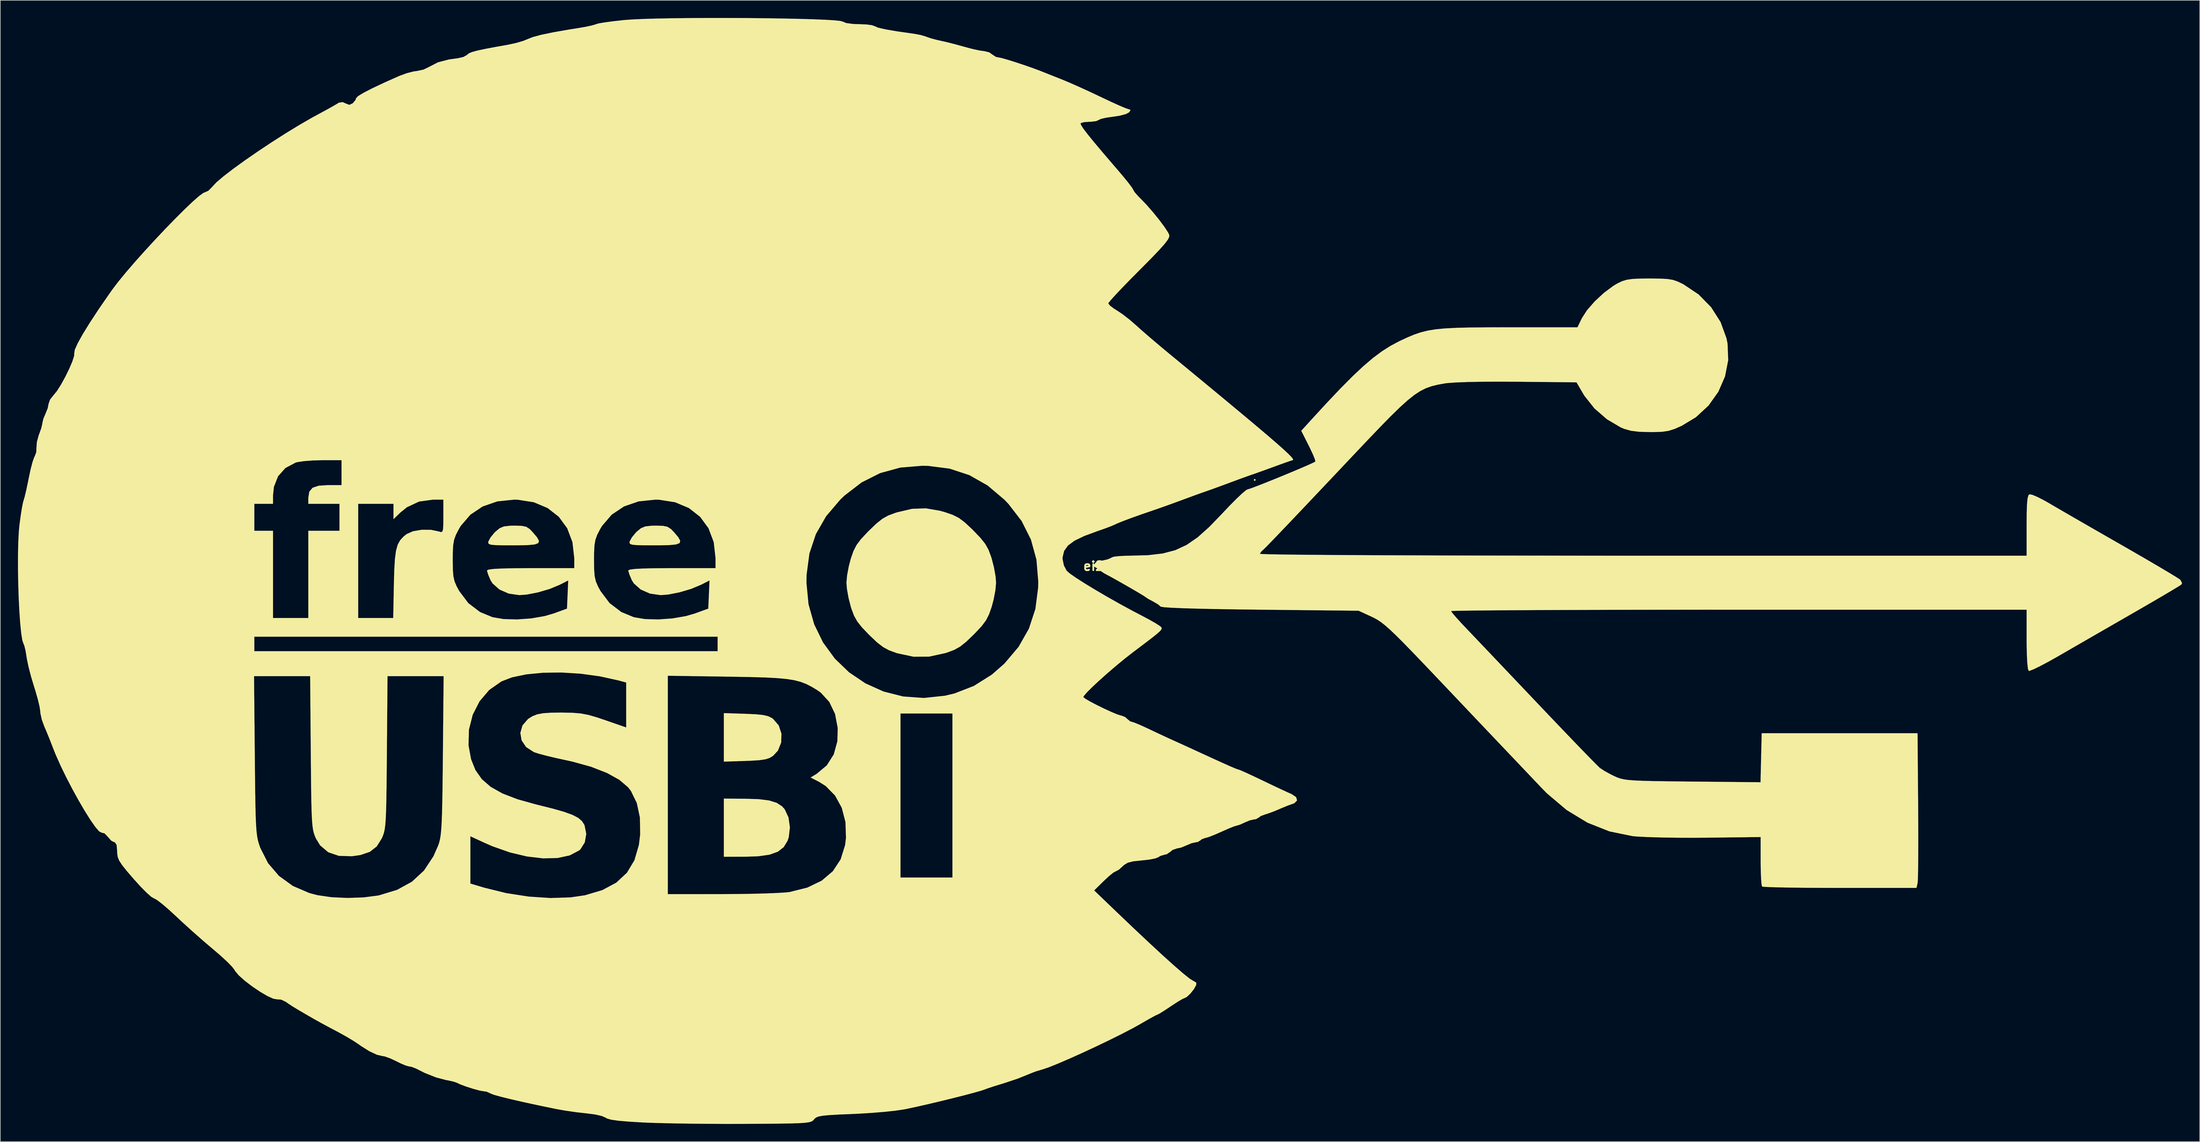
<source format=kicad_pcb>
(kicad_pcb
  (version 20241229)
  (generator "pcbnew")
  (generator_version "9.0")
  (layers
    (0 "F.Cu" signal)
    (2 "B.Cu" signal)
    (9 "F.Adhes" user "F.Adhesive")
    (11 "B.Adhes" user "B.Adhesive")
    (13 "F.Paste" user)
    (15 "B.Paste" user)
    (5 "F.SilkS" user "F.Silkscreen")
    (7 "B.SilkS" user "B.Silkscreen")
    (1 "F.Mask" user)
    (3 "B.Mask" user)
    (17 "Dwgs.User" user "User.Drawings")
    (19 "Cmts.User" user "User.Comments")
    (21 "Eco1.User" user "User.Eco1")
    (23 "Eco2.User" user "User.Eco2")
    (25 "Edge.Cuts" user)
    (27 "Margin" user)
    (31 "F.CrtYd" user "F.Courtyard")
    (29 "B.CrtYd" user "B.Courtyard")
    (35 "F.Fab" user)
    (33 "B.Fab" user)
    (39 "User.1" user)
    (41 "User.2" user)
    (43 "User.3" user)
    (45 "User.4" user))
  (footprint "ei2"
    (layer "F.Cu")
    (at 182.649 93.133)
    (property "Reference" "ei2" (at 0 0 0) (layer "F.SilkS") (effects (font (size 1.524 1.524) (thickness 0.3))))
    (attr through_hole)
    (fp_poly (pts (xy 27.517 -14.64) (xy 27.34 -14.464) (xy 27.164 -14.64) (xy 27.34 -14.817) (xy 27.517 -14.64)) (stroke (width 0.01) (type solid)) (fill yes) (layer "F.SilkS"))
    (fp_poly (pts (xy -59.178 39.531) (xy -56.85 39.608) (xy -55.104 39.829) (xy -53.83 40.226) (xy -52.913 40.826) (xy -52.47 41.323) (xy -51.825 42.704) (xy -51.586 44.384) (xy -51.78 46.069) (xy -51.984 46.677) (xy -52.637 47.751) (xy -53.625 48.524) (xy -55.036 49.031) (xy -56.962 49.305) (xy -59.178 49.381) (xy -62.794 49.389) (xy -62.794 39.511) (xy -59.178 39.531)) (stroke (width 0.01) (type solid)) (fill yes) (layer "F.SilkS"))
    (fp_poly (pts (xy -59.115 25.103) (xy -57.354 25.183) (xy -56.136 25.307) (xy -55.296 25.504) (xy -54.671 25.804) (xy -54.441 25.963) (xy -53.479 27.078) (xy -53.021 28.483) (xy -53.065 29.973) (xy -53.612 31.345) (xy -54.444 32.243) (xy -55.024 32.595) (xy -55.751 32.831) (xy -56.788 32.981) (xy -58.299 33.075) (xy -59.115 33.105) (xy -62.794 33.225) (xy -62.794 24.983) (xy -59.115 25.103)) (stroke (width 0.01) (type solid)) (fill yes) (layer "F.SilkS"))
    (fp_poly (pts (xy -97.155 -6.84) (xy -96.369 -6.68) (xy -95.769 -6.294) (xy -95.222 -5.727) (xy -94.521 -4.893) (xy -94.194 -4.3) (xy -94.302 -3.908) (xy -94.909 -3.677) (xy -96.077 -3.564) (xy -97.867 -3.529) (xy -98.568 -3.528) (xy -100.387 -3.534) (xy -101.611 -3.565) (xy -102.348 -3.638) (xy -102.71 -3.771) (xy -102.806 -3.98) (xy -102.77 -4.198) (xy -102.409 -4.868) (xy -101.737 -5.682) (xy -101.558 -5.861) (xy -100.858 -6.436) (xy -100.126 -6.739) (xy -99.091 -6.853) (xy -98.386 -6.867) (xy -97.155 -6.84)) (stroke (width 0.01) (type solid)) (fill yes) (layer "F.SilkS"))
    (fp_poly (pts (xy -73.166 -6.84) (xy -72.38 -6.68) (xy -71.781 -6.294) (xy -71.233 -5.727) (xy -70.532 -4.893) (xy -70.205 -4.3) (xy -70.313 -3.908) (xy -70.92 -3.677) (xy -72.088 -3.564) (xy -73.878 -3.529) (xy -74.579 -3.528) (xy -76.398 -3.534) (xy -77.622 -3.565) (xy -78.359 -3.638) (xy -78.721 -3.771) (xy -78.817 -3.98) (xy -78.781 -4.198) (xy -78.42 -4.868) (xy -77.749 -5.682) (xy -77.569 -5.861) (xy -76.869 -6.436) (xy -76.137 -6.739) (xy -75.102 -6.853) (xy -74.397 -6.867) (xy -73.166 -6.84)) (stroke (width 0.01) (type solid)) (fill yes) (layer "F.SilkS"))
    (fp_poly (pts (xy -26.103 -9.397) (xy -25.187 -9.135) (xy -23.92 -8.694) (xy -22.905 -8.179) (xy -21.922 -7.448) (xy -20.751 -6.358) (xy -20.425 -6.034) (xy -19.229 -4.787) (xy -18.427 -3.78) (xy -17.874 -2.792) (xy -17.428 -1.604) (xy -17.323 -1.271) (xy -16.935 0.237) (xy -16.666 1.761) (xy -16.581 2.822) (xy -16.691 4.063) (xy -16.978 5.604) (xy -17.323 6.915) (xy -17.765 8.183) (xy -18.279 9.198) (xy -19.01 10.181) (xy -20.1 11.351) (xy -20.425 11.678) (xy -21.671 12.874) (xy -22.679 13.676) (xy -23.667 14.229) (xy -24.855 14.675) (xy -25.187 14.78) (xy -27.958 15.386) (xy -30.591 15.398) (xy -33.327 14.815) (xy -33.497 14.762) (xy -34.734 14.311) (xy -35.762 13.755) (xy -36.797 12.953) (xy -38.056 11.759) (xy -38.134 11.68) (xy -39.33 10.433) (xy -40.133 9.426) (xy -40.686 8.439) (xy -41.132 7.253) (xy -41.238 6.915) (xy -41.626 5.407) (xy -41.895 3.884) (xy -41.981 2.822) (xy -41.87 1.582) (xy -41.583 0.04) (xy -41.238 -1.271) (xy -40.796 -2.538) (xy -40.282 -3.553) (xy -39.551 -4.536) (xy -38.461 -5.707) (xy -38.136 -6.034) (xy -36.89 -7.229) (xy -35.882 -8.032) (xy -34.895 -8.584) (xy -33.706 -9.03) (xy -33.374 -9.135) (xy -30.85 -9.725) (xy -28.525 -9.812) (xy -26.103 -9.397)) (stroke (width 0.01) (type solid)) (fill yes) (layer "F.SilkS"))
    (fp_poly (pts (xy 96.13 -48.845) (xy 97.379 -48.78) (xy 98.31 -48.63) (xy 99.114 -48.362) (xy 99.986 -47.944) (xy 100.133 -47.868) (xy 102.7 -46.152) (xy 104.824 -43.986) (xy 106.427 -41.471) (xy 107.433 -38.711) (xy 107.616 -37.798) (xy 107.726 -34.984) (xy 107.187 -32.226) (xy 106.057 -29.624) (xy 104.39 -27.28) (xy 102.243 -25.293) (xy 99.837 -23.841) (xy 98.617 -23.301) (xy 97.589 -22.977) (xy 96.487 -22.817) (xy 95.045 -22.77) (xy 94.368 -22.77) (xy 92.564 -22.824) (xy 91.22 -22.991) (xy 90.094 -23.311) (xy 89.468 -23.572) (xy 87.128 -24.954) (xy 85.009 -26.799) (xy 83.336 -28.906) (xy 83.138 -29.231) (xy 81.975 -31.221) (xy 71.944 -31.322) (xy 68.766 -31.339) (xy 65.902 -31.323) (xy 63.438 -31.276) (xy 61.462 -31.201) (xy 60.061 -31.1) (xy 59.619 -31.043) (xy 58.438 -30.828) (xy 57.39 -30.572) (xy 56.414 -30.227) (xy 55.446 -29.742) (xy 54.423 -29.069) (xy 53.282 -28.158) (xy 51.959 -26.961) (xy 50.391 -25.427) (xy 48.515 -23.508) (xy 46.268 -21.155) (xy 44.438 -19.22) (xy 41.161 -15.749) (xy 38.337 -12.762) (xy 35.938 -10.227) (xy 33.934 -8.114) (xy 32.295 -6.392) (xy 30.992 -5.029) (xy 29.995 -3.996) (xy 29.276 -3.261) (xy 28.804 -2.794) (xy 28.551 -2.564) (xy 28.499 -2.528) (xy 28.224 -2.126) (xy 28.222 -2.087) (xy 28.571 -2.049) (xy 29.603 -2.012) (xy 31.293 -1.978) (xy 33.621 -1.945) (xy 36.561 -1.915) (xy 40.092 -1.888) (xy 44.191 -1.862) (xy 48.833 -1.84) (xy 53.997 -1.82) (xy 59.658 -1.803) (xy 65.795 -1.789) (xy 72.384 -1.778) (xy 79.401 -1.77) (xy 86.825 -1.765) (xy 93.31 -1.764) (xy 158.397 -1.764) (xy 158.397 -6.89) (xy 158.412 -9.007) (xy 158.463 -10.509) (xy 158.557 -11.483) (xy 158.702 -12.02) (xy 158.87 -12.198) (xy 159.365 -12.108) (xy 160.295 -11.714) (xy 161.499 -11.09) (xy 162.133 -10.726) (xy 163.157 -10.125) (xy 164.688 -9.235) (xy 166.621 -8.117) (xy 168.852 -6.831) (xy 171.274 -5.438) (xy 173.783 -3.998) (xy 174.449 -3.617) (xy 176.825 -2.25) (xy 179.018 -0.976) (xy 180.949 0.156) (xy 182.537 1.101) (xy 183.705 1.811) (xy 184.373 2.241) (xy 184.488 2.328) (xy 184.787 2.881) (xy 184.664 3.14) (xy 184.277 3.397) (xy 183.363 3.954) (xy 182.007 4.76) (xy 180.294 5.766) (xy 178.308 6.92) (xy 176.389 8.028) (xy 173.912 9.454) (xy 171.333 10.939) (xy 168.811 12.393) (xy 166.504 13.724) (xy 164.569 14.842) (xy 163.766 15.307) (xy 162.126 16.231) (xy 160.691 16.992) (xy 159.574 17.534) (xy 158.889 17.799) (xy 158.739 17.809) (xy 158.612 17.391) (xy 158.507 16.384) (xy 158.434 14.905) (xy 158.399 13.069) (xy 158.397 12.503) (xy 158.397 7.408) (xy 109.537 7.408) (xy 103.727 7.41) (xy 98.113 7.415) (xy 92.736 7.423) (xy 87.637 7.434) (xy 82.854 7.447) (xy 78.43 7.463) (xy 74.402 7.481) (xy 70.813 7.502) (xy 67.701 7.524) (xy 65.108 7.548) (xy 63.072 7.573) (xy 61.635 7.599) (xy 60.836 7.627) (xy 60.678 7.646) (xy 60.906 7.987) (xy 61.522 8.711) (xy 62.418 9.697) (xy 63.062 10.38) (xy 63.839 11.196) (xy 65.033 12.451) (xy 66.574 14.073) (xy 68.395 15.99) (xy 70.427 18.13) (xy 72.6 20.42) (xy 74.846 22.788) (xy 75.316 23.283) (xy 77.486 25.567) (xy 79.528 27.707) (xy 81.386 29.646) (xy 83.005 31.325) (xy 84.327 32.687) (xy 85.297 33.673) (xy 85.858 34.224) (xy 85.948 34.305) (xy 86.716 34.812) (xy 87.814 35.414) (xy 88.423 35.709) (xy 88.919 35.927) (xy 89.424 36.101) (xy 90.019 36.239) (xy 90.786 36.345) (xy 91.807 36.425) (xy 93.166 36.485) (xy 94.944 36.53) (xy 97.224 36.567) (xy 100.087 36.6) (xy 101.677 36.616) (xy 113.219 36.732) (xy 113.318 32.566) (xy 113.418 28.399) (xy 139.876 28.399) (xy 139.975 40.746) (xy 139.992 43.66) (xy 139.998 46.374) (xy 139.993 48.802) (xy 139.977 50.856) (xy 139.951 52.45) (xy 139.916 53.497) (xy 139.88 53.887) (xy 139.687 54.681) (xy 126.699 54.681) (xy 123.739 54.674) (xy 121.003 54.657) (xy 118.571 54.629) (xy 116.523 54.593) (xy 114.939 54.55) (xy 113.898 54.501) (xy 113.479 54.447) (xy 113.477 54.445) (xy 113.384 54.019) (xy 113.309 53.036) (xy 113.258 51.648) (xy 113.242 50.124) (xy 113.242 46.038) (xy 103.981 46.146) (xy 101.285 46.161) (xy 98.632 46.147) (xy 96.164 46.106) (xy 94.02 46.041) (xy 92.34 45.956) (xy 91.498 45.883) (xy 87.575 45.079) (xy 83.837 43.598) (xy 80.297 41.446) (xy 76.964 38.627) (xy 76.043 37.691) (xy 74.71 36.284) (xy 73.134 34.623) (xy 71.557 32.962) (xy 70.74 32.103) (xy 69.829 31.144) (xy 68.51 29.755) (xy 66.858 28.015) (xy 64.952 26.006) (xy 62.868 23.808) (xy 60.683 21.503) (xy 58.666 19.375) (xy 56.266 16.848) (xy 54.289 14.783) (xy 52.68 13.127) (xy 51.381 11.826) (xy 50.335 10.827) (xy 49.484 10.075) (xy 48.773 9.518) (xy 48.143 9.101) (xy 47.537 8.771) (xy 47.212 8.616) (xy 44.979 7.585) (xy 28.297 7.408) (xy 24.159 7.357) (xy 20.546 7.297) (xy 17.489 7.229) (xy 15.016 7.154) (xy 13.155 7.073) (xy 11.937 6.987) (xy 11.39 6.897) (xy 11.364 6.879) (xy 10.893 6.486) (xy 10.097 6.019) (xy 10.054 5.997) (xy 9.28 5.583) (xy 8.832 5.29) (xy 8.819 5.277) (xy 8.455 5.032) (xy 7.629 4.532) (xy 6.495 3.867) (xy 5.207 3.125) (xy 3.921 2.396) (xy 2.79 1.768) (xy 1.969 1.33) (xy 1.855 1.273) (xy 1.252 0.882) (xy 1.061 0.617) (xy 0.771 0.382) (xy 0.529 0.353) (xy 0.061 0.073) (xy 0 -0.172) (xy 0.34 -0.607) (xy 1.324 -0.908) (xy 1.419 -0.924) (xy 2.357 -1.137) (xy 2.955 -1.388) (xy 3.027 -1.457) (xy 3.443 -1.596) (xy 4.39 -1.702) (xy 5.696 -1.76) (xy 6.283 -1.766) (xy 9.24 -1.849) (xy 11.711 -2.137) (xy 13.842 -2.696) (xy 15.776 -3.593) (xy 17.66 -4.893) (xy 19.637 -6.664) (xy 21.696 -8.798) (xy 23.039 -10.22) (xy 24.248 -11.44) (xy 25.232 -12.368) (xy 25.897 -12.917) (xy 26.113 -13.028) (xy 26.572 -13.164) (xy 27.542 -13.523) (xy 28.888 -14.048) (xy 30.478 -14.685) (xy 32.177 -15.379) (xy 33.852 -16.075) (xy 35.37 -16.718) (xy 36.596 -17.253) (xy 37.397 -17.626) (xy 37.637 -17.763) (xy 37.562 -18.128) (xy 37.226 -18.957) (xy 36.695 -20.094) (xy 36.516 -20.453) (xy 35.24 -22.987) (xy 36.737 -24.635) (xy 39.5 -27.643) (xy 41.883 -30.161) (xy 43.951 -32.245) (xy 45.768 -33.953) (xy 47.398 -35.342) (xy 48.906 -36.47) (xy 50.356 -37.394) (xy 51.812 -38.172) (xy 52.013 -38.27) (xy 53.28 -38.859) (xy 54.428 -39.338) (xy 55.549 -39.719) (xy 56.732 -40.012) (xy 58.069 -40.229) (xy 59.652 -40.382) (xy 61.571 -40.48) (xy 63.916 -40.537) (xy 66.78 -40.563) (xy 70.252 -40.569) (xy 70.487 -40.569) (xy 82.134 -40.569) (xy 82.884 -42.117) (xy 83.765 -43.486) (xy 85.08 -44.985) (xy 86.634 -46.426) (xy 88.233 -47.617) (xy 88.926 -48.027) (xy 89.718 -48.405) (xy 90.514 -48.649) (xy 91.498 -48.788) (xy 92.852 -48.848) (xy 94.368 -48.86) (xy 96.13 -48.845)) (stroke (width 0.01) (type solid)) (fill yes) (layer "F.SilkS"))
    (fp_poly (pts (xy -59.026 -93.113) (xy -55.894 -93.083) (xy -52.91 -93.038) (xy -50.154 -92.98) (xy -47.707 -92.909) (xy -45.65 -92.826) (xy -44.064 -92.73) (xy -43.028 -92.623) (xy -42.633 -92.516) (xy -42.018 -92.263) (xy -40.875 -92.109) (xy -39.864 -92.075) (xy -38.62 -92.026) (xy -37.652 -91.898) (xy -37.193 -91.732) (xy -36.613 -91.482) (xy -35.331 -91.188) (xy -33.345 -90.848) (xy -30.657 -90.464) (xy -30.515 -90.445) (xy -29.415 -90.241) (xy -28.515 -89.978) (xy -28.399 -89.929) (xy -27.618 -89.657) (xy -26.51 -89.37) (xy -26.106 -89.283) (xy -24.94 -89.018) (xy -23.433 -88.633) (xy -21.965 -88.227) (xy -20.598 -87.864) (xy -19.398 -87.6) (xy -18.607 -87.49) (xy -18.568 -87.489) (xy -17.724 -87.279) (xy -17.286 -86.96) (xy -16.6 -86.507) (xy -16.203 -86.431) (xy -15.635 -86.318) (xy -14.578 -86.019) (xy -13.204 -85.588) (xy -11.687 -85.083) (xy -10.199 -84.56) (xy -8.914 -84.076) (xy -8.643 -83.966) (xy -7.975 -83.698) (xy -6.877 -83.262) (xy -5.578 -82.749) (xy -5.468 -82.706) (xy -4.167 -82.164) (xy -2.458 -81.409) (xy -0.563 -80.541) (xy 1.269 -79.673) (xy 2.879 -78.911) (xy 4.281 -78.276) (xy 5.343 -77.826) (xy 5.934 -77.618) (xy 5.987 -77.611) (xy 6.256 -77.496) (xy 6.019 -77.108) (xy 5.459 -76.805) (xy 4.421 -76.528) (xy 3.325 -76.361) (xy 2.126 -76.19) (xy 1.232 -75.986) (xy 0.856 -75.806) (xy 0.411 -75.606) (xy -0.453 -75.5) (xy -0.706 -75.494) (xy -1.619 -75.433) (xy -2.178 -75.279) (xy -2.23 -75.23) (xy -2.163 -74.953) (xy -1.787 -74.361) (xy -1.069 -73.412) (xy 0.021 -72.068) (xy 1.514 -70.29) (xy 3.443 -68.037) (xy 3.969 -67.427) (xy 5.036 -66.167) (xy 5.909 -65.089) (xy 6.495 -64.31) (xy 6.703 -63.95) (xy 6.938 -63.544) (xy 7.536 -62.856) (xy 7.968 -62.423) (xy 8.964 -61.39) (xy 10.05 -60.145) (xy 11.104 -58.842) (xy 12.004 -57.636) (xy 12.626 -56.684) (xy 12.827 -56.262) (xy 12.814 -55.927) (xy 12.566 -55.437) (xy 12.029 -54.729) (xy 11.149 -53.739) (xy 9.874 -52.403) (xy 8.15 -50.66) (xy 7.759 -50.269) (xy 6.189 -48.685) (xy 4.805 -47.258) (xy 3.679 -46.064) (xy 2.886 -45.184) (xy 2.499 -44.693) (xy 2.472 -44.631) (xy 2.755 -44.257) (xy 3.466 -43.724) (xy 3.885 -43.468) (xy 4.894 -42.795) (xy 6.117 -41.844) (xy 7.145 -40.951) (xy 8.147 -40.053) (xy 9.519 -38.863) (xy 11.081 -37.535) (xy 12.656 -36.221) (xy 12.7 -36.185) (xy 16.742 -32.85) (xy 20.268 -29.934) (xy 23.308 -27.412) (xy 25.893 -25.256) (xy 28.054 -23.441) (xy 29.821 -21.939) (xy 31.224 -20.724) (xy 32.294 -19.771) (xy 33.063 -19.052) (xy 33.559 -18.541) (xy 33.814 -18.212) (xy 33.859 -18.037) (xy 33.745 -17.992) (xy 33.382 -17.878) (xy 32.513 -17.574) (xy 31.296 -17.135) (xy 30.658 -16.902) (xy 29.211 -16.374) (xy 27.924 -15.911) (xy 27.009 -15.589) (xy 26.811 -15.522) (xy 26.086 -15.269) (xy 24.911 -14.844) (xy 23.496 -14.322) (xy 22.931 -14.111) (xy 21.479 -13.573) (xy 20.186 -13.101) (xy 19.263 -12.772) (xy 19.05 -12.7) (xy 18.325 -12.447) (xy 17.149 -12.023) (xy 15.734 -11.502) (xy 15.169 -11.293) (xy 13.53 -10.69) (xy 11.868 -10.092) (xy 10.487 -9.608) (xy 10.231 -9.521) (xy 8.073 -8.78) (xy 6.201 -8.11) (xy 4.732 -7.554) (xy 3.78 -7.154) (xy 3.594 -7.061) (xy 2.964 -6.786) (xy 1.9 -6.384) (xy 0.706 -5.967) (xy -1.586 -5.124) (xy -3.255 -4.318) (xy -4.377 -3.488) (xy -5.027 -2.573) (xy -5.281 -1.515) (xy -5.292 -1.204) (xy -5.067 -0.107) (xy -4.591 0.795) (xy -4.043 1.273) (xy -2.974 2.017) (xy -1.488 2.967) (xy 0.31 4.061) (xy 2.318 5.236) (xy 4.433 6.431) (xy 6.549 7.583) (xy 8.119 8.404) (xy 9.361 9.063) (xy 10.433 9.67) (xy 11.106 10.097) (xy 11.113 10.102) (xy 11.389 10.308) (xy 11.542 10.498) (xy 11.506 10.736) (xy 11.218 11.088) (xy 10.615 11.619) (xy 9.631 12.394) (xy 8.203 13.479) (xy 6.663 14.64) (xy 5.274 15.726) (xy 3.784 16.955) (xy 2.292 18.236) (xy 0.899 19.481) (xy -0.297 20.599) (xy -1.194 21.499) (xy -1.694 22.092) (xy -1.764 22.248) (xy -1.468 22.51) (xy -0.691 22.971) (xy 0.401 23.547) (xy 1.64 24.159) (xy 2.859 24.723) (xy 3.892 25.159) (xy 4.572 25.385) (xy 4.685 25.4) (xy 5.334 25.65) (xy 5.644 25.929) (xy 6.179 26.374) (xy 6.444 26.458) (xy 6.914 26.602) (xy 7.837 26.983) (xy 9.031 27.526) (xy 9.311 27.659) (xy 10.778 28.355) (xy 12.239 29.037) (xy 13.383 29.56) (xy 13.406 29.571) (xy 14.519 30.074) (xy 15.976 30.739) (xy 17.483 31.431) (xy 17.639 31.503) (xy 20.035 32.605) (xy 21.854 33.433) (xy 23.159 34.015) (xy 24.012 34.378) (xy 24.475 34.55) (xy 24.584 34.572) (xy 24.97 34.717) (xy 25.859 35.112) (xy 27.122 35.698) (xy 28.629 36.416) (xy 28.719 36.459) (xy 30.328 37.23) (xy 31.79 37.919) (xy 32.94 38.452) (xy 33.602 38.745) (xy 34.365 39.257) (xy 34.524 39.822) (xy 34.063 40.291) (xy 33.778 40.398) (xy 32.96 40.686) (xy 31.878 41.13) (xy 31.524 41.287) (xy 30.397 41.755) (xy 29.373 42.114) (xy 29.14 42.18) (xy 28.382 42.459) (xy 28.022 42.725) (xy 27.541 43.001) (xy 27.231 43.041) (xy 26.504 43.2) (xy 25.624 43.57) (xy 24.819 43.939) (xy 24.278 44.097) (xy 24.27 44.097) (xy 23.799 44.237) (xy 22.884 44.603) (xy 21.717 45.12) (xy 21.64 45.156) (xy 20.439 45.682) (xy 19.451 46.061) (xy 18.882 46.214) (xy 18.87 46.214) (xy 18.28 46.439) (xy 18.168 46.567) (xy 17.664 46.878) (xy 17.353 46.922) (xy 16.626 47.081) (xy 15.746 47.451) (xy 14.839 47.827) (xy 14.114 47.978) (xy 13.372 48.232) (xy 13.053 48.507) (xy 12.395 48.958) (xy 12.022 49.036) (xy 11.266 49.26) (xy 11.032 49.434) (xy 10.499 49.657) (xy 9.478 49.863) (xy 8.19 50.007) (xy 8.157 50.009) (xy 6.727 50.157) (xy 5.793 50.392) (xy 5.149 50.779) (xy 4.896 51.022) (xy 4.247 51.603) (xy 3.757 51.858) (xy 3.743 51.858) (xy 3.32 52.09) (xy 2.573 52.695) (xy 1.726 53.484) (xy 0.076 55.109) (xy 3.83 58.715) (xy 6.82 61.569) (xy 9.479 64.071) (xy 11.781 66.199) (xy 13.7 67.927) (xy 15.207 69.231) (xy 16.276 70.087) (xy 16.881 70.472) (xy 16.941 70.489) (xy 17.419 70.784) (xy 17.39 71.195) (xy 17.006 71.889) (xy 16.407 72.64) (xy 15.802 73.21) (xy 15.457 73.378) (xy 15.038 73.564) (xy 14.216 74.053) (xy 13.162 74.742) (xy 13.094 74.789) (xy 12.05 75.485) (xy 11.245 75.989) (xy 10.843 76.199) (xy 10.834 76.2) (xy 10.463 76.367) (xy 9.639 76.814) (xy 8.515 77.455) (xy 8.055 77.725) (xy 6.595 78.539) (xy 4.746 79.5) (xy 2.633 80.551) (xy 0.379 81.633) (xy -1.892 82.69) (xy -4.056 83.664) (xy -5.989 84.498) (xy -7.568 85.134) (xy -8.668 85.514) (xy -8.819 85.554) (xy -9.811 85.85) (xy -10.407 86.076) (xy -12.889 87.08) (xy -15.355 87.902) (xy -15.699 88.004) (xy -16.945 88.387) (xy -18 88.738) (xy -18.521 88.933) (xy -19.206 89.161) (xy -20.44 89.509) (xy -22.084 89.942) (xy -23.999 90.427) (xy -26.045 90.928) (xy -28.082 91.412) (xy -29.973 91.843) (xy -31.577 92.188) (xy -32.21 92.314) (xy -33.588 92.52) (xy -35.469 92.723) (xy -37.648 92.903) (xy -39.925 93.044) (xy -41.044 93.095) (xy -43.245 93.186) (xy -44.847 93.276) (xy -45.959 93.379) (xy -46.686 93.511) (xy -47.137 93.687) (xy -47.419 93.923) (xy -47.496 94.02) (xy -47.665 94.212) (xy -47.911 94.366) (xy -48.308 94.486) (xy -48.932 94.578) (xy -49.857 94.645) (xy -51.159 94.692) (xy -52.912 94.725) (xy -55.192 94.748) (xy -58.073 94.766) (xy -59.369 94.772) (xy -62.475 94.777) (xy -65.659 94.762) (xy -68.768 94.73) (xy -71.655 94.683) (xy -74.168 94.623) (xy -76.157 94.552) (xy -76.496 94.536) (xy -78.905 94.394) (xy -80.681 94.241) (xy -81.896 94.068) (xy -82.622 93.865) (xy -82.846 93.732) (xy -83.492 93.442) (xy -84.63 93.179) (xy -86.047 92.993) (xy -86.078 92.99) (xy -87.855 92.792) (xy -89.793 92.51) (xy -91.193 92.261) (xy -94.088 91.664) (xy -96.672 91.105) (xy -98.871 90.603) (xy -100.613 90.174) (xy -101.822 89.837) (xy -102.425 89.608) (xy -102.464 89.579) (xy -103.072 89.301) (xy -103.523 89.241) (xy -104.246 89.117) (xy -105.35 88.818) (xy -106.561 88.429) (xy -107.606 88.037) (xy -108.126 87.786) (xy -108.674 87.597) (xy -109.617 87.386) (xy -109.975 87.323) (xy -111.642 86.885) (xy -113.569 86.122) (xy -115.089 85.359) (xy -115.864 85.068) (xy -116.217 85.019) (xy -116.806 84.862) (xy -117.751 84.459) (xy -118.391 84.138) (xy -119.463 83.632) (xy -120.374 83.313) (xy -120.72 83.256) (xy -121.7 83.03) (xy -123.007 82.416) (xy -124.451 81.506) (xy -124.791 81.259) (xy -125.665 80.677) (xy -126.919 79.928) (xy -128.303 79.162) (xy -128.495 79.061) (xy -129.89 78.322) (xy -131.209 77.609) (xy -132.195 77.062) (xy -132.292 77.007) (xy -134.016 76.01) (xy -135.247 75.286) (xy -136.106 74.762) (xy -136.712 74.364) (xy -137.147 74.05) (xy -137.959 73.659) (xy -138.607 73.619) (xy -139.274 73.513) (xy -140.314 73.038) (xy -141.574 72.298) (xy -142.904 71.397) (xy -144.152 70.44) (xy -145.167 69.53) (xy -145.797 68.772) (xy -145.874 68.626) (xy -146.278 68.088) (xy -147.111 67.234) (xy -148.246 66.186) (xy -149.431 65.171) (xy -151.084 63.766) (xy -152.963 62.11) (xy -154.793 60.45) (xy -155.827 59.482) (xy -157.091 58.32) (xy -158.213 57.363) (xy -159.077 56.707) (xy -159.564 56.445) (xy -159.579 56.444) (xy -160.017 56.191) (xy -160.797 55.5) (xy -161.81 54.477) (xy -162.946 53.226) (xy -162.973 53.195) (xy -164.176 51.795) (xy -164.982 50.783) (xy -165.469 50.028) (xy -165.715 49.398) (xy -165.799 48.759) (xy -165.806 48.432) (xy -165.895 47.378) (xy -166.176 46.941) (xy -166.294 46.919) (xy -166.818 46.649) (xy -167.379 46.01) (xy -167.944 45.415) (xy -168.458 45.286) (xy -168.857 45.082) (xy -169.502 44.335) (xy -170.337 43.142) (xy -171.307 41.599) (xy -172.358 39.801) (xy -173.434 37.845) (xy -174.48 35.827) (xy -175.442 33.843) (xy -176.264 31.988) (xy -176.709 30.868) (xy -177.261 29.442) (xy -177.843 28.019) (xy -178.179 27.243) (xy -178.6 26.088) (xy -178.838 25.008) (xy -178.858 24.717) (xy -178.967 23.936) (xy -179.257 22.701) (xy -179.676 21.223) (xy -179.903 20.502) (xy -180.405 18.842) (xy -180.443 18.697) (xy -142.568 18.697) (xy -142.439 32.191) (xy -142.405 35.644) (xy -142.371 38.469) (xy -142.333 40.743) (xy -142.287 42.543) (xy -142.227 43.945) (xy -142.15 45.028) (xy -142.05 45.869) (xy -141.923 46.544) (xy -141.764 47.131) (xy -141.569 47.706) (xy -141.503 47.886) (xy -140.192 50.476) (xy -138.336 52.644) (xy -135.984 54.35) (xy -133.185 55.554) (xy -131.797 55.92) (xy -129.427 56.265) (xy -126.71 56.391) (xy -123.97 56.296) (xy -121.532 55.982) (xy -121.309 55.936) (xy -118.272 55.013) (xy -115.752 53.625) (xy -113.711 51.737) (xy -112.109 49.316) (xy -111.287 47.449) (xy -111.116 46.935) (xy -110.976 46.349) (xy -110.862 45.614) (xy -110.771 44.656) (xy -110.698 43.401) (xy -110.64 41.775) (xy -110.594 39.701) (xy -110.554 37.106) (xy -110.518 33.916) (xy -110.501 32.191) (xy -110.485 30.456) (xy -106.155 30.456) (xy -105.715 32.826) (xy -104.981 34.654) (xy -103.896 36.201) (xy -102.39 37.513) (xy -100.394 38.637) (xy -97.838 39.621) (xy -94.654 40.512) (xy -94.319 40.593) (xy -91.802 41.221) (xy -89.89 41.77) (xy -88.493 42.279) (xy -87.52 42.789) (xy -86.88 43.34) (xy -86.484 43.97) (xy -86.453 44.044) (xy -86.162 45.504) (xy -86.409 46.94) (xy -87.14 48.108) (xy -87.372 48.314) (xy -88.965 49.153) (xy -91.037 49.598) (xy -93.487 49.658) (xy -96.215 49.34) (xy -99.119 48.652) (xy -102.098 47.601) (xy -103.276 47.087) (xy -105.833 45.907) (xy -105.833 53.945) (xy -103.452 54.654) (xy -99.74 55.57) (xy -95.946 56.157) (xy -92.25 56.403) (xy -88.827 56.293) (xy -86.38 55.935) (xy -85.718 55.739) (xy -72.319 55.739) (xy -63.059 55.736) (xy -60.438 55.722) (xy -57.929 55.683) (xy -55.658 55.623) (xy -53.747 55.546) (xy -52.319 55.457) (xy -51.612 55.379) (xy -48.624 54.631) (xy -46.18 53.45) (xy -44.29 51.846) (xy -42.964 49.828) (xy -42.21 47.405) (xy -42.061 46.187) (xy -42.147 43.492) (xy -42.779 41.064) (xy -43.913 38.991) (xy -45.508 37.364) (xy -46.645 36.649) (xy -48.066 35.924) (xy -47.037 35.298) (xy -45.313 33.859) (xy -44.132 31.993) (xy -43.518 29.746) (xy -43.46 27.515) (xy -43.919 25.115) (xy -43.951 25.047) (xy -32.808 25.047) (xy -32.808 52.917) (xy -23.989 52.917) (xy -23.989 25.047) (xy -32.808 25.047) (xy -43.951 25.047) (xy -44.892 23.081) (xy -46.331 21.507) (xy -46.882 21.114) (xy -47.852 20.525) (xy -48.768 20.051) (xy -49.722 19.679) (xy -50.806 19.395) (xy -52.114 19.184) (xy -53.737 19.033) (xy -55.769 18.927) (xy -58.301 18.852) (xy -61.427 18.794) (xy -62.177 18.783) (xy -72.319 18.633) (xy -72.319 55.739) (xy -85.718 55.739) (xy -83.431 55.059) (xy -81.063 53.791) (xy -79.253 52.107) (xy -77.98 49.983) (xy -77.222 47.395) (xy -77.004 45.598) (xy -77.047 42.738) (xy -77.575 40.252) (xy -78.57 38.215) (xy -79.066 37.575) (xy -80.552 36.307) (xy -82.667 35.137) (xy -85.337 34.099) (xy -88.487 33.225) (xy -89.535 32.995) (xy -91.317 32.607) (xy -92.953 32.215) (xy -94.258 31.866) (xy -95.045 31.608) (xy -96.372 30.748) (xy -97.142 29.605) (xy -97.347 28.33) (xy -96.983 27.071) (xy -96.043 25.977) (xy -95.289 25.505) (xy -94.479 25.193) (xy -93.459 25.001) (xy -92.06 24.908) (xy -90.311 24.892) (xy -88.503 24.928) (xy -87.088 25.045) (xy -85.784 25.294) (xy -84.311 25.722) (xy -82.991 26.167) (xy -79.375 27.422) (xy -79.375 19.783) (xy -80.744 19.414) (xy -83.853 18.729) (xy -87.099 18.285) (xy -90.349 18.081) (xy -93.466 18.117) (xy -96.314 18.39) (xy -98.759 18.899) (xy -100.554 19.586) (xy -102.631 21.039) (xy -104.273 22.967) (xy -105.438 25.255) (xy -106.08 27.789) (xy -106.155 30.456) (xy -110.485 30.456) (xy -110.374 18.697) (xy -119.905 18.697) (xy -120.013 31.662) (xy -120.042 35.04) (xy -120.073 37.789) (xy -120.108 39.985) (xy -120.153 41.704) (xy -120.212 43.022) (xy -120.29 44.015) (xy -120.391 44.76) (xy -120.52 45.333) (xy -120.681 45.809) (xy -120.879 46.266) (xy -120.884 46.277) (xy -121.735 47.633) (xy -122.893 48.544) (xy -124.491 49.089) (xy -125.938 49.295) (xy -128.163 49.234) (xy -129.971 48.617) (xy -131.345 47.451) (xy -132.041 46.316) (xy -132.244 45.852) (xy -132.409 45.377) (xy -132.541 44.816) (xy -132.645 44.092) (xy -132.725 43.128) (xy -132.785 41.848) (xy -132.831 40.176) (xy -132.866 38.035) (xy -132.896 35.35) (xy -132.926 32.043) (xy -132.929 31.662) (xy -133.037 18.697) (xy -142.568 18.697) (xy -180.443 18.697) (xy -180.836 17.187) (xy -181.128 15.816) (xy -181.185 15.443) (xy -181.367 14.325) (xy -181.576 13.491) (xy -181.693 13.229) (xy -181.904 12.611) (xy -182.002 11.994) (xy -142.522 11.994) (xy -142.522 14.464) (xy -63.853 14.464) (xy -63.853 11.994) (xy -142.522 11.994) (xy -182.002 11.994) (xy -182.096 11.4) (xy -182.267 9.712) (xy -182.41 7.66) (xy -182.524 5.357) (xy -182.603 2.917) (xy -182.644 0.455) (xy -182.642 -1.916) (xy -182.593 -4.083) (xy -182.494 -5.932) (xy -182.405 -6.879) (xy -182.199 -8.456) (xy -181.984 -9.825) (xy -181.835 -10.583) (xy -142.522 -10.583) (xy -142.522 -5.997) (xy -139.347 -5.997) (xy -139.347 8.819) (xy -133.35 8.819) (xy -133.35 -5.997) (xy -128.058 -5.997) (xy -128.058 -10.583) (xy -124.883 -10.583) (xy -124.883 8.819) (xy -118.934 8.819) (xy -118.822 3.087) (xy -118.754 0.63) (xy -118.653 -1.058) (xy -108.832 -1.058) (xy -108.813 0.567) (xy -108.727 1.709) (xy -108.526 2.594) (xy -108.165 3.443) (xy -107.737 4.233) (xy -106.19 6.291) (xy -104.191 7.814) (xy -102.068 8.689) (xy -100.195 9.006) (xy -97.925 9.069) (xy -95.515 8.895) (xy -93.221 8.499) (xy -91.722 8.063) (xy -89.429 7.229) (xy -89.22 2.438) (xy -90.637 3.161) (xy -92.345 3.873) (xy -94.321 4.458) (xy -96.251 4.835) (xy -97.529 4.931) (xy -99.332 4.671) (xy -100.907 3.976) (xy -102.072 2.94) (xy -102.421 2.373) (xy -102.803 1.473) (xy -103.003 0.823) (xy -103.011 0.74) (xy -102.73 0.596) (xy -101.866 0.486) (xy -100.389 0.41) (xy -98.267 0.366) (xy -95.603 0.353) (xy -88.194 0.353) (xy -88.194 -1.058) (xy -84.843 -1.058) (xy -84.824 0.567) (xy -84.738 1.709) (xy -84.537 2.594) (xy -84.176 3.443) (xy -83.748 4.233) (xy -82.201 6.291) (xy -80.202 7.814) (xy -78.079 8.689) (xy -76.206 9.006) (xy -73.936 9.069) (xy -71.526 8.895) (xy -69.232 8.499) (xy -67.733 8.063) (xy -65.44 7.229) (xy -65.248 2.822) (xy -48.779 2.822) (xy -48.426 6.491) (xy -47.464 9.894) (xy -45.955 12.987) (xy -43.96 15.721) (xy -41.542 18.052) (xy -38.762 19.932) (xy -35.681 21.317) (xy -32.362 22.158) (xy -28.867 22.411) (xy -25.256 22.029) (xy -23.636 21.645) (xy -20.35 20.367) (xy -17.291 18.441) (xy -15.169 16.581) (xy -12.756 13.727) (xy -11.004 10.642) (xy -9.9 7.291) (xy -9.43 3.639) (xy -9.41 2.646) (xy -9.72 -1.09) (xy -10.659 -4.515) (xy -12.242 -7.665) (xy -14.484 -10.575) (xy -15.169 -11.289) (xy -18.023 -13.703) (xy -21.108 -15.454) (xy -24.459 -16.558) (xy -28.111 -17.028) (xy -29.104 -17.049) (xy -32.84 -16.739) (xy -36.265 -15.8) (xy -39.415 -14.216) (xy -42.325 -11.974) (xy -43.039 -11.289) (xy -45.438 -8.467) (xy -47.174 -5.439) (xy -48.272 -2.148) (xy -48.752 1.459) (xy -48.779 2.822) (xy -65.248 2.822) (xy -65.231 2.438) (xy -66.648 3.161) (xy -68.356 3.873) (xy -70.332 4.458) (xy -72.262 4.835) (xy -73.54 4.931) (xy -75.343 4.671) (xy -76.918 3.976) (xy -78.083 2.94) (xy -78.432 2.373) (xy -78.814 1.473) (xy -79.014 0.823) (xy -79.022 0.74) (xy -78.741 0.596) (xy -77.877 0.486) (xy -76.4 0.41) (xy -74.278 0.366) (xy -71.614 0.353) (xy -64.206 0.353) (xy -64.206 -1.347) (xy -64.513 -4.068) (xy -65.403 -6.426) (xy -66.826 -8.374) (xy -68.731 -9.864) (xy -71.07 -10.847) (xy -73.792 -11.274) (xy -74.436 -11.289) (xy -77.27 -10.995) (xy -79.758 -10.134) (xy -81.846 -8.736) (xy -83.479 -6.829) (xy -83.807 -6.28) (xy -84.302 -5.321) (xy -84.609 -4.476) (xy -84.772 -3.522) (xy -84.835 -2.237) (xy -84.843 -1.058) (xy -88.194 -1.058) (xy -88.194 -1.347) (xy -88.502 -4.068) (xy -89.392 -6.426) (xy -90.815 -8.374) (xy -92.72 -9.864) (xy -95.059 -10.847) (xy -97.781 -11.274) (xy -98.425 -11.289) (xy -101.258 -10.995) (xy -103.747 -10.134) (xy -105.835 -8.736) (xy -107.468 -6.829) (xy -107.796 -6.28) (xy -108.291 -5.321) (xy -108.598 -4.476) (xy -108.761 -3.522) (xy -108.824 -2.237) (xy -108.832 -1.058) (xy -118.653 -1.058) (xy -118.642 -1.234) (xy -118.457 -2.618) (xy -118.17 -3.636) (xy -117.752 -4.399) (xy -117.174 -5.021) (xy -116.656 -5.436) (xy -115.57 -5.918) (xy -114.102 -6.168) (xy -112.542 -6.161) (xy -111.213 -5.885) (xy -110.821 -5.772) (xy -110.586 -5.871) (xy -110.467 -6.309) (xy -110.425 -7.215) (xy -110.419 -8.443) (xy -110.419 -11.289) (xy -112.195 -11.289) (xy -114.548 -10.966) (xy -116.614 -9.999) (xy -117.74 -9.085) (xy -118.886 -7.975) (xy -118.886 -10.583) (xy -124.883 -10.583) (xy -128.058 -10.583) (xy -133.35 -10.583) (xy -133.35 -11.616) (xy -133.184 -12.647) (xy -132.623 -13.307) (xy -131.571 -13.658) (xy -129.973 -13.758) (xy -127.706 -13.758) (xy -127.706 -17.992) (xy -131.004 -17.992) (xy -132.616 -17.949) (xy -134.098 -17.833) (xy -135.21 -17.667) (xy -135.502 -17.59) (xy -137.237 -16.668) (xy -138.487 -15.265) (xy -139.198 -13.458) (xy -139.347 -12.006) (xy -139.347 -10.583) (xy -142.522 -10.583) (xy -181.835 -10.583) (xy -181.793 -10.798) (xy -181.702 -11.113) (xy -181.51 -11.766) (xy -181.238 -12.91) (xy -180.935 -14.344) (xy -180.807 -14.993) (xy -180.494 -16.455) (xy -180.174 -17.68) (xy -179.897 -18.481) (xy -179.801 -18.653) (xy -179.538 -19.351) (xy -179.506 -20.111) (xy -179.436 -21.082) (xy -179.131 -22.215) (xy -179.057 -22.403) (xy -178.701 -23.391) (xy -178.512 -24.177) (xy -178.503 -24.297) (xy -178.345 -25.006) (xy -177.974 -25.881) (xy -177.597 -26.812) (xy -177.447 -27.574) (xy -177.201 -28.284) (xy -176.612 -29.033) (xy -176.028 -29.746) (xy -175.333 -30.844) (xy -174.611 -32.156) (xy -173.945 -33.517) (xy -173.417 -34.756) (xy -173.111 -35.707) (xy -173.086 -36.16) (xy -172.999 -36.753) (xy -172.509 -37.85) (xy -171.649 -39.399) (xy -170.448 -41.348) (xy -168.94 -43.645) (xy -167.154 -46.236) (xy -166.618 -46.994) (xy -165.626 -48.303) (xy -164.338 -49.874) (xy -162.825 -51.63) (xy -161.159 -53.498) (xy -159.41 -55.402) (xy -157.651 -57.268) (xy -155.951 -59.02) (xy -154.383 -60.585) (xy -153.017 -61.886) (xy -151.925 -62.849) (xy -151.178 -63.399) (xy -150.918 -63.5) (xy -150.324 -63.767) (xy -149.679 -64.415) (xy -149.639 -64.47) (xy -148.944 -65.207) (xy -147.734 -66.236) (xy -146.104 -67.49) (xy -144.148 -68.906) (xy -141.962 -70.419) (xy -139.64 -71.964) (xy -137.277 -73.476) (xy -134.967 -74.89) (xy -132.805 -76.142) (xy -131.762 -76.711) (xy -130.383 -77.456) (xy -129.217 -78.105) (xy -128.421 -78.57) (xy -128.174 -78.732) (xy -127.521 -78.832) (xy -127.056 -78.623) (xy -126.387 -78.362) (xy -125.808 -78.634) (xy -125.794 -78.646) (xy -125.33 -79.204) (xy -125.23 -79.506) (xy -124.904 -79.851) (xy -123.954 -80.426) (xy -122.42 -81.213) (xy -120.339 -82.193) (xy -117.924 -83.269) (xy -116.666 -83.735) (xy -115.464 -84.045) (xy -114.915 -84.115) (xy -113.799 -84.353) (xy -112.723 -84.873) (xy -112.702 -84.888) (xy -111.318 -85.598) (xy -109.471 -86.078) (xy -107.951 -86.287) (xy -107.018 -86.501) (xy -106.396 -86.853) (xy -106.364 -86.891) (xy -106.091 -87.116) (xy -105.557 -87.339) (xy -104.673 -87.583) (xy -103.347 -87.868) (xy -101.489 -88.219) (xy -99.483 -88.573) (xy -98.113 -88.867) (xy -96.882 -89.223) (xy -96.187 -89.505) (xy -95.251 -89.879) (xy -93.798 -90.27) (xy -91.774 -90.691) (xy -89.125 -91.154) (xy -87.665 -91.387) (xy -86.302 -91.622) (xy -85.202 -91.855) (xy -84.558 -92.044) (xy -84.49 -92.08) (xy -84.021 -92.21) (xy -82.996 -92.381) (xy -81.563 -92.572) (xy -79.869 -92.76) (xy -79.728 -92.774) (xy -78.316 -92.878) (xy -76.408 -92.963) (xy -74.082 -93.03) (xy -71.421 -93.08) (xy -68.504 -93.112) (xy -65.412 -93.128) (xy -62.226 -93.128) (xy -59.026 -93.113)) (stroke (width 0.01) (type solid)) (fill yes) (layer "F.SilkS")))
  (gr_rect
    (start -3 -3)
    (end 370.441 190.915)
    (stroke (width 0.1) (type default))
    (fill no)
    (layer "Edge.Cuts")))
</source>
